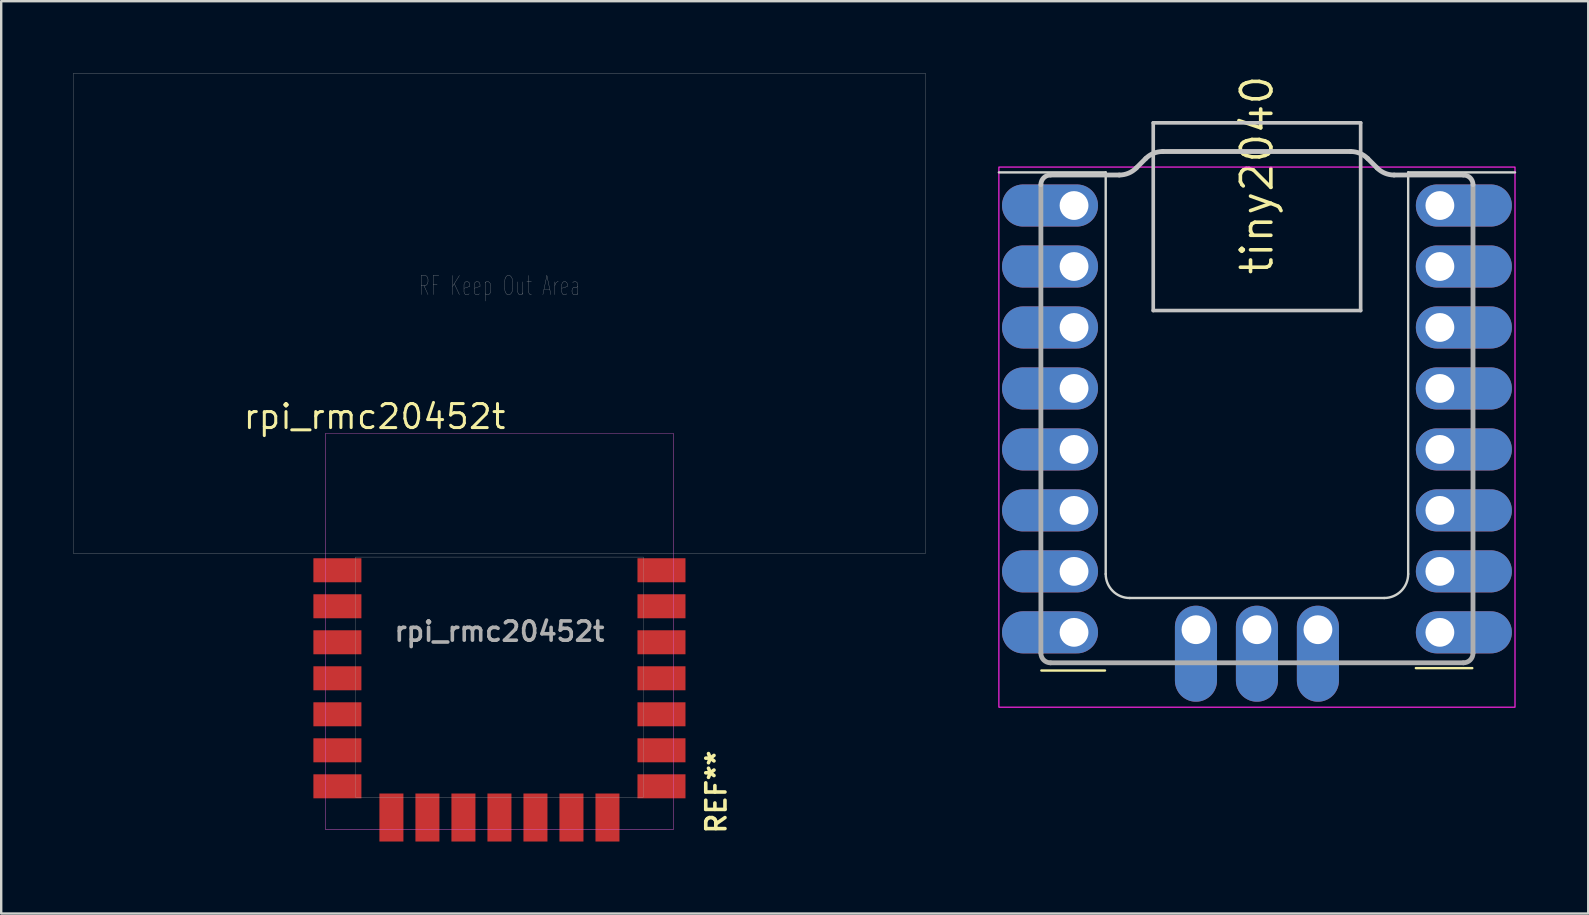
<source format=kicad_pcb>
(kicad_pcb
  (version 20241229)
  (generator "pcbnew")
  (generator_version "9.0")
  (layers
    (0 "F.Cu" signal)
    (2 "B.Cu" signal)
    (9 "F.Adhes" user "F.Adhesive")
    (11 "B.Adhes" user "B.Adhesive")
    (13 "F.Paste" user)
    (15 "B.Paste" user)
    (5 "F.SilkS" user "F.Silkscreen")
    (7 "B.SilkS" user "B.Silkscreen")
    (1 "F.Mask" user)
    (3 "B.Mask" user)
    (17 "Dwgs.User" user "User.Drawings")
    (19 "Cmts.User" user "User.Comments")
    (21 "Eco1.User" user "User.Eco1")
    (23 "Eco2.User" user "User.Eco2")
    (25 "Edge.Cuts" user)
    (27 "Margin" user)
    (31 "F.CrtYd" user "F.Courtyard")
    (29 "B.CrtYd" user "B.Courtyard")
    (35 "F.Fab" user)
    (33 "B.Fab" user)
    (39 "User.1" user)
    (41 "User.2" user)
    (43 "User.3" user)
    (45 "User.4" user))
  (footprint "rpi_rmc20452t"
    (layer "F.Cu")
    (at 17.755 23.255)
    (property "Reference" "rpi_rmc20452t" (at -5.2 -8.95 0) (unlocked yes) (layer "F.SilkS") (effects (font (size 1 1) (thickness 0.125) (bold yes))))
    (attr smd)
    (fp_rect (start -7.25 -8.25) (end 7.25 8.25) (stroke (width 0.01) (type default)) (fill no) (layer "F.CrtYd"))
    (fp_rect (start -17.75 -23.25) (end 17.75 -3.25) (stroke (width 0.01) (type default)) (fill no) (layer "F.Fab"))
    (fp_rect (start -7.25 -8.25) (end 7.25 8.25) (stroke (width 0.01) (type default)) (fill no) (layer "F.Fab"))
    (fp_poly (pts (xy -6 -3.1) (xy 6 -3.1) (xy 6 6.9) (xy -6 6.9)) (stroke (width 0.01) (type solid)) (fill no) (layer "F.Fab"))
    (fp_text user "REF**" (at 9.5 8.5 90) (unlocked yes) (layer "F.SilkS") (effects (font (size 0.8 0.8) (thickness 0.15) (bold yes)) (justify left bottom)))
    (fp_text user "RF Keep Out Area" (at 0 -14.4 0) (unlocked yes) (layer "F.Fab") (effects (font (size 0.8 0.5) (thickness 0.01) (bold yes))))
    (fp_text user "${REFERENCE}" (at 0 0 0) (unlocked yes) (layer "F.Fab") (effects (font (size 0.8 0.8) (thickness 0.15) (bold yes))))
    (pad "1" smd rect (at -6.75 -2.55) (size 2 1) (layers "F.Cu" "F.Mask" "F.Paste"))
    (pad "2" smd rect (at -6.75 -1.05) (size 2 1) (layers "F.Cu" "F.Mask" "F.Paste"))
    (pad "3" smd rect (at -6.75 0.45) (size 2 1) (layers "F.Cu" "F.Mask" "F.Paste"))
    (pad "4" smd rect (at -6.75 1.95) (size 2 1) (layers "F.Cu" "F.Mask" "F.Paste"))
    (pad "5" smd rect (at -6.75 3.45) (size 2 1) (layers "F.Cu" "F.Mask" "F.Paste"))
    (pad "6" smd rect (at -6.75 4.95) (size 2 1) (layers "F.Cu" "F.Mask" "F.Paste"))
    (pad "7" smd rect (at -6.75 6.45) (size 2 1) (layers "F.Cu" "F.Mask" "F.Paste"))
    (pad "8" smd rect (at -4.5 7.75 90) (size 2 1) (layers "F.Cu" "F.Mask" "F.Paste"))
    (pad "9" smd rect (at -3 7.75 90) (size 2 1) (layers "F.Cu" "F.Mask" "F.Paste"))
    (pad "10" smd rect (at -1.5 7.75 90) (size 2 1) (layers "F.Cu" "F.Mask" "F.Paste"))
    (pad "11" smd rect (at 0 7.75 90) (size 2 1) (layers "F.Cu" "F.Mask" "F.Paste"))
    (pad "12" smd rect (at 1.5 7.75 90) (size 2 1) (layers "F.Cu" "F.Mask" "F.Paste"))
    (pad "13" smd rect (at 3 7.75 90) (size 2 1) (layers "F.Cu" "F.Mask" "F.Paste"))
    (pad "14" smd rect (at 4.5 7.75 90) (size 2 1) (layers "F.Cu" "F.Mask" "F.Paste"))
    (pad "15" smd rect (at 6.75 6.45 180) (size 2 1) (layers "F.Cu" "F.Mask" "F.Paste"))
    (pad "16" smd rect (at 6.75 4.95 180) (size 2 1) (layers "F.Cu" "F.Mask" "F.Paste"))
    (pad "17" smd rect (at 6.75 3.45 180) (size 2 1) (layers "F.Cu" "F.Mask" "F.Paste"))
    (pad "18" smd rect (at 6.75 1.95 180) (size 2 1) (layers "F.Cu" "F.Mask" "F.Paste"))
    (pad "19" smd rect (at 6.75 0.45 180) (size 2 1) (layers "F.Cu" "F.Mask" "F.Paste"))
    (pad "20" smd rect (at 6.75 -1.05 180) (size 2 1) (layers "F.Cu" "F.Mask" "F.Paste"))
    (pad "21" smd rect (at 6.75 -2.55 180) (size 2 1) (layers "F.Cu" "F.Mask" "F.Paste"))
    (zone (net_name "") (layers "F.Cu" "B.Cu") (hatch edge 0.5) (connect_pads) (min_thickness 0.25) (filled_areas_thickness no) (keepout (tracks not_allowed) (vias not_allowed) (pads not_allowed) (copperpour not_allowed) (footprints allowed)) (placement (enabled no)) (fill) (polygon (pts (xy 9.755 20.255) (xy 9.755 14.755) (xy 25.255 14.755) (xy 25.255 20.255)))))
  (footprint "tiny2040"
    (layer "F.Cu")
    (at 49.43 14.381)
    (property "Reference" "tiny2040" (at -0.12 -10.14 270) (layer "F.SilkS") (effects (font (size 1.27 1.27) (thickness 0.15))))
    (fp_line (start -9.1 10.5) (end -6.45 10.5) (stroke (width 0.1) (type default)) (layer "F.SilkS"))
    (fp_line (start 8.85 10.4) (end 6.5 10.4) (stroke (width 0.1) (type default)) (layer "F.SilkS"))
    (fp_line (start -8.72 -10.14) (end -5.854 -10.14) (stroke (width 0.2) (type solid)) (layer "Dwgs.User"))
    (fp_line (start -5.147 -10.433) (end -4.753 -10.827) (stroke (width 0.2) (type solid)) (layer "Dwgs.User"))
    (fp_line (start -4.44 -4.495) (end -4.44 -12.315) (stroke (width 0.152) (type solid)) (layer "Dwgs.User"))
    (fp_line (start -4.046 -11.12) (end 3.786 -11.12) (stroke (width 0.2) (type solid)) (layer "Dwgs.User"))
    (fp_line (start 4.2 -12.315) (end -4.44 -12.315) (stroke (width 0.152) (type solid)) (layer "Dwgs.User"))
    (fp_line (start 4.2 -12.315) (end 4.2 -4.495) (stroke (width 0.152) (type solid)) (layer "Dwgs.User"))
    (fp_line (start 4.2 -4.495) (end -4.44 -4.495) (stroke (width 0.152) (type solid)) (layer "Dwgs.User"))
    (fp_line (start 4.493 -10.827) (end 4.887 -10.433) (stroke (width 0.2) (type solid)) (layer "Dwgs.User"))
    (fp_line (start 5.594 -10.14) (end 8.48 -10.14) (stroke (width 0.2) (type solid)) (layer "Dwgs.User"))
    (fp_arc (start -9.12 -9.74) (mid -9.002843 -10.022843) (end -8.72 -10.14) (stroke (width 0.2) (type solid)) (layer "Dwgs.User"))
    (fp_arc (start -5.147107 -10.432893) (mid -5.47153 -10.216121) (end -5.854212 -10.14) (stroke (width 0.2) (type solid)) (layer "Dwgs.User"))
    (fp_arc (start -4.752893 -10.827106) (mid -4.428467 -11.043871) (end -4.045787 -11.120001) (stroke (width 0.2) (type solid)) (layer "Dwgs.User"))
    (fp_arc (start 3.785787 -11.12) (mid 4.168472 -11.043886) (end 4.492892 -10.827106) (stroke (width 0.2) (type solid)) (layer "Dwgs.User"))
    (fp_arc (start 5.594211 -10.14) (mid 5.211528 -10.21612) (end 4.887106 -10.432893) (stroke (width 0.2) (type solid)) (layer "Dwgs.User"))
    (fp_arc (start 8.48 -10.14) (mid 8.762849 -10.022844) (end 8.88 -9.74) (stroke (width 0.2) (type solid)) (layer "Dwgs.User"))
    (fp_line (start -6.42 -10.25) (end -10.87 -10.25) (stroke (width 0.1) (type default)) (layer "Edge.Cuts"))
    (fp_line (start -6.42 6.48) (end -6.42 -10.25) (stroke (width 0.1) (type solid)) (layer "Edge.Cuts"))
    (fp_line (start 5.18 7.48) (end -5.42 7.48) (stroke (width 0.1) (type solid)) (layer "Edge.Cuts"))
    (fp_line (start 6.18 -10.25) (end 6.18 6.48) (stroke (width 0.1) (type solid)) (layer "Edge.Cuts"))
    (fp_line (start 6.18 -10.25) (end 10.63 -10.25) (stroke (width 0.1) (type default)) (layer "Edge.Cuts"))
    (fp_arc (start -5.42 7.48) (mid -6.1271 7.187106) (end -6.42 6.48) (stroke (width 0.1) (type solid)) (layer "Edge.Cuts"))
    (fp_arc (start 6.18 6.48) (mid 5.887113 7.187119) (end 5.18 7.48) (stroke (width 0.1) (type solid)) (layer "Edge.Cuts"))
    (fp_rect (start -10.87 -10.472) (end 10.63 12.028) (stroke (width 0.05) (type default)) (fill no) (layer "F.CrtYd"))
    (fp_line (start -9.12 9.78) (end -9.12 -9.74) (stroke (width 0.2) (type solid)) (layer "F.Fab"))
    (fp_line (start -8.72 10.18) (end 8.48 10.18) (stroke (width 0.2) (type solid)) (layer "F.Fab"))
    (fp_line (start -4.44 -4.495) (end -4.44 -6.585) (stroke (width 0.01) (type solid)) (layer "F.Fab"))
    (fp_line (start -4.44 -4.485) (end -4.44 -4.495) (stroke (width 0.01) (type solid)) (layer "F.Fab"))
    (fp_line (start 4.2 -8.915) (end 4.2 -10.515) (stroke (width 0.01) (type solid)) (layer "F.Fab"))
    (fp_line (start 4.2 -4.495) (end 4.2 -6.585) (stroke (width 0.01) (type solid)) (layer "F.Fab"))
    (fp_line (start 4.2 -4.485) (end 4.2 -4.495) (stroke (width 0.01) (type solid)) (layer "F.Fab"))
    (fp_line (start 8.88 -9.74) (end 8.88 9.78) (stroke (width 0.2) (type solid)) (layer "F.Fab"))
    (fp_arc (start -8.72 10.18) (mid -9.002843 10.062843) (end -9.12 9.78) (stroke (width 0.2) (type solid)) (layer "F.Fab"))
    (fp_arc (start 8.88 9.78) (mid 8.762851 10.062851) (end 8.48 10.18) (stroke (width 0.2) (type solid)) (layer "F.Fab"))
    (pad "1" thru_hole oval (at -7.74 -8.87) (size 4 1.753) (drill 1.2 (offset -1 0)) (layers "*.Cu" "*.Mask"))
    (pad "2" thru_hole oval (at -7.74 -6.33) (size 4 1.753) (drill 1.2 (offset -1 0)) (layers "*.Cu" "*.Mask"))
    (pad "3" thru_hole oval (at -7.74 -3.79) (size 4 1.753) (drill 1.2 (offset -1 0)) (layers "*.Cu" "*.Mask"))
    (pad "4" thru_hole oval (at -7.74 -1.25) (size 4 1.753) (drill 1.2 (offset -1 0)) (layers "*.Cu" "*.Mask"))
    (pad "5" thru_hole oval (at -7.74 1.29) (size 4 1.753) (drill 1.2 (offset -1 0)) (layers "*.Cu" "*.Mask"))
    (pad "6" thru_hole oval (at -7.74 3.83) (size 4 1.753) (drill 1.2 (offset -1 0)) (layers "*.Cu" "*.Mask"))
    (pad "7" thru_hole oval (at -7.74 6.37) (size 4 1.753) (drill 1.2 (offset -1 0)) (layers "*.Cu" "*.Mask"))
    (pad "8" thru_hole oval (at -7.74 8.91) (size 4 1.753) (drill 1.2 (offset -1 0)) (layers "*.Cu" "*.Mask"))
    (pad "9" thru_hole oval (at 7.5 8.91) (size 4 1.753) (drill 1.2 (offset 1 0)) (layers "*.Cu" "*.Mask"))
    (pad "10" thru_hole oval (at 7.5 6.37) (size 4 1.753) (drill 1.2 (offset 1 0)) (layers "*.Cu" "*.Mask"))
    (pad "11" thru_hole oval (at 7.5 3.83) (size 4 1.753) (drill 1.2 (offset 1 0)) (layers "*.Cu" "*.Mask"))
    (pad "12" thru_hole oval (at 7.5 1.29) (size 4 1.753) (drill 1.2 (offset 1 0)) (layers "*.Cu" "*.Mask"))
    (pad "13" thru_hole oval (at 7.5 -1.25) (size 4 1.753) (drill 1.2 (offset 1 0)) (layers "*.Cu" "*.Mask"))
    (pad "14" thru_hole oval (at 7.5 -3.79) (size 4 1.753) (drill 1.2 (offset 1 0)) (layers "*.Cu" "*.Mask"))
    (pad "15" thru_hole oval (at 7.5 -6.33) (size 4 1.753) (drill 1.2 (offset 1 0)) (layers "*.Cu" "*.Mask"))
    (pad "16" thru_hole oval (at 7.5 -8.87) (size 4 1.753) (drill 1.2 (offset 1 0)) (layers "*.Cu" "*.Mask"))
    (pad "17" thru_hole oval (at -2.66 8.8 90) (size 4 1.753) (drill 1.2 (offset -1 0)) (layers "*.Cu" "*.Mask"))
    (pad "18" thru_hole oval (at -0.12 8.8 90) (size 4 1.753) (drill 1.2 (offset -1 0)) (layers "*.Cu" "*.Mask"))
    (pad "19" thru_hole oval (at 2.42 8.8 90) (size 4 1.753) (drill 1.2 (offset -1 0)) (layers "*.Cu" "*.Mask"))
    (zone (net_name "") (layer "F.Cu") (hatch edge 0.508) (connect_pads) (min_thickness 0.254) (filled_areas_thickness no) (keepout (tracks not_allowed) (vias not_allowed) (pads not_allowed) (copperpour not_allowed) (footprints allowed)) (placement (enabled no)) (fill) (polygon (pts (xy 42.91 21.641) (xy 42.91 24.241) (xy 45.51 24.241) (xy 45.51 21.641))))
    (zone (net_name "") (layer "F.Cu") (hatch edge 0.508) (connect_pads) (min_thickness 0.254) (filled_areas_thickness no) (keepout (tracks not_allowed) (vias not_allowed) (pads not_allowed) (copperpour not_allowed) (footprints allowed)) (placement (enabled no)) (fill) (polygon (pts (xy 53.11 21.641) (xy 53.11 24.241) (xy 55.71 24.241) (xy 55.71 21.641)))))
  (gr_rect
    (start -3 -3)
    (end 63.11 35.005)
    (stroke (width 0.1) (type default))
    (fill no)
    (layer "Edge.Cuts")))
</source>
